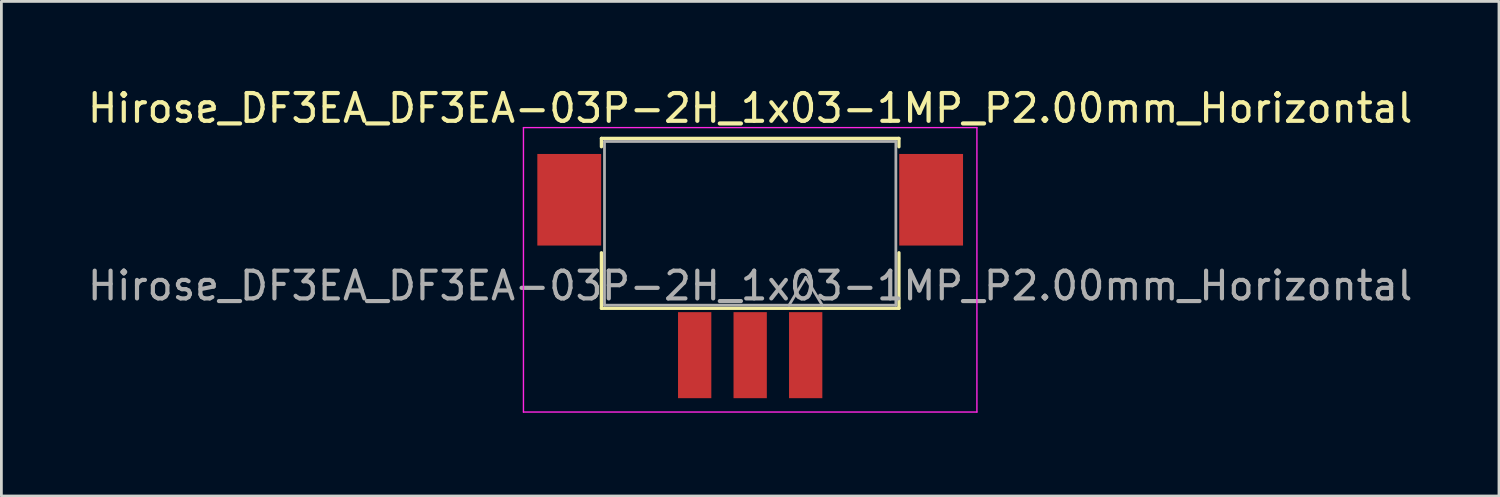
<source format=kicad_pcb>
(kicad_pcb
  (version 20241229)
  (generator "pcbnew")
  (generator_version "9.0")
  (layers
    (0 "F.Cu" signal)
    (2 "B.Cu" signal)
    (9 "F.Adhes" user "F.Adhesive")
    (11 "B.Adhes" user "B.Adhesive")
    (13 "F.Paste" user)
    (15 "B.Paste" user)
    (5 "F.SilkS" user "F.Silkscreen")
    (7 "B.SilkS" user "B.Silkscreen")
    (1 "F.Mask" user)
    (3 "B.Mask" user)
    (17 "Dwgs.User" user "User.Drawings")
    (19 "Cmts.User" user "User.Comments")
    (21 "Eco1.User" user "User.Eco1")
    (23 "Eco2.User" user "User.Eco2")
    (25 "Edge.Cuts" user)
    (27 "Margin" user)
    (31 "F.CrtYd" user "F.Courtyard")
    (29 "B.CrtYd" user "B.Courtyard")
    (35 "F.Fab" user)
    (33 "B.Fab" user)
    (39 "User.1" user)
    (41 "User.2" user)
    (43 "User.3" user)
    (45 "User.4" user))
  (footprint "Hirose_DF3EA_DF3EA-03P-2H_1x03-1MP_P2.00mm_Horizontal"
    (layer "F.Cu")
    (at 23.982 8.198)
    (property "Reference" "Hirose_DF3EA_DF3EA-03P-2H_1x03-1MP_P2.00mm_Horizontal" (at 0 -7.35 0) (layer "F.SilkS") (effects (font (size 1 1) (thickness 0.15))))
    (attr smd)
    (fp_line (start -5.36 -6.26) (end 5.36 -6.26) (stroke (width 0.12) (type solid)) (layer "F.SilkS"))
    (fp_line (start -5.36 -5.96) (end -5.36 -6.26) (stroke (width 0.12) (type solid)) (layer "F.SilkS"))
    (fp_line (start -5.36 -2.14) (end -5.36 -0.14) (stroke (width 0.12) (type solid)) (layer "F.SilkS"))
    (fp_line (start -5.36 -0.14) (end 5.36 -0.14) (stroke (width 0.12) (type solid)) (layer "F.SilkS"))
    (fp_line (start 5.36 -6.26) (end 5.36 -5.96) (stroke (width 0.12) (type solid)) (layer "F.SilkS"))
    (fp_line (start 5.36 -0.14) (end 5.36 -2.14) (stroke (width 0.12) (type solid)) (layer "F.SilkS"))
    (fp_line (start -8.17 -6.65) (end 8.17 -6.65) (stroke (width 0.05) (type solid)) (layer "F.CrtYd"))
    (fp_line (start -8.17 3.6) (end -8.17 -6.65) (stroke (width 0.05) (type solid)) (layer "F.CrtYd"))
    (fp_line (start 8.17 -6.65) (end 8.17 3.6) (stroke (width 0.05) (type solid)) (layer "F.CrtYd"))
    (fp_line (start 8.17 3.6) (end -8.17 3.6) (stroke (width 0.05) (type solid)) (layer "F.CrtYd"))
    (fp_line (start -5.25 -6.15) (end 5.25 -6.15) (stroke (width 0.1) (type solid)) (layer "F.Fab"))
    (fp_line (start -5.25 -0.25) (end -5.25 -6.15) (stroke (width 0.1) (type solid)) (layer "F.Fab"))
    (fp_line (start 1.4 -0.25) (end 2 -1.25) (stroke (width 0.1) (type solid)) (layer "F.Fab"))
    (fp_line (start 2 -1.25) (end 2.6 -0.25) (stroke (width 0.1) (type solid)) (layer "F.Fab"))
    (fp_line (start 5.25 -6.15) (end 5.25 -0.25) (stroke (width 0.1) (type solid)) (layer "F.Fab"))
    (fp_line (start 5.25 -0.25) (end -5.25 -0.25) (stroke (width 0.1) (type solid)) (layer "F.Fab"))
    (fp_text user "${REFERENCE}" (at 0 -0.95 0) (layer "F.Fab") (effects (font (size 1 1) (thickness 0.15))))
    (pad "" smd rect (at -6.52 -4.05) (size 2.3 3.3) (layers "F.Cu" "F.Mask" "F.Paste"))
    (pad "" smd rect (at 6.52 -4.05) (size 2.3 3.3) (layers "F.Cu" "F.Mask" "F.Paste"))
    (pad "1" smd rect (at 2 1.55) (size 1.2 3.1) (layers "F.Cu" "F.Mask" "F.Paste"))
    (pad "2" smd rect (at 0 1.55) (size 1.2 3.1) (layers "F.Cu" "F.Mask" "F.Paste"))
    (pad "3" smd rect (at -2 1.55) (size 1.2 3.1) (layers "F.Cu" "F.Mask" "F.Paste")))
  (gr_rect
    (start -3 -3)
    (end 50.964 14.823)
    (stroke (width 0.1) (type default))
    (fill no)
    (layer "Edge.Cuts")))
</source>
